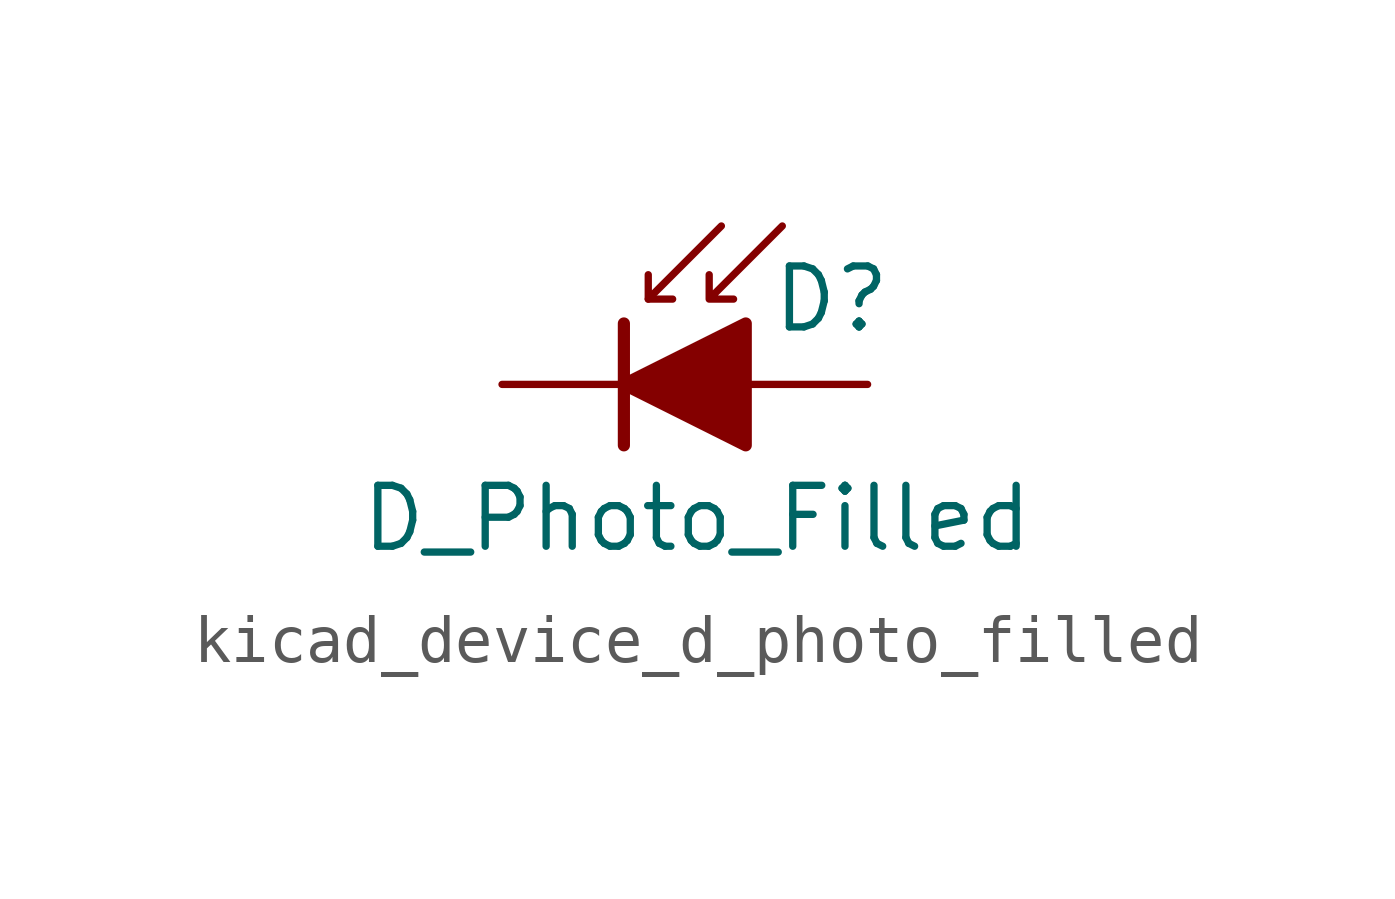
<source format=kicad_sym>
(kicad_symbol_lib
  (version 20220914)
  (generator kicad_symbol_editor)
  (symbol "kicad_device_d_photo_filled"
    (pin_numbers hide)
    (pin_names hide)
    (property "Reference" "D"
      (at 0.508 1.778 0)
      (effects (font (size 1.27 1.27)) (justify left)))
    (property "Value" "D_Photo_Filled"
      (at -1.016 -2.794 0)
      (effects (font (size 1.27 1.27))))
    (symbol "kicad_device_d_photo_filled_0_1"
      (polyline (pts (xy -2.54 1.27) (xy -2.54 -1.27)) (stroke (width 0.254) (type default)) (fill (type none)))
      (polyline (pts (xy -2.032 1.778) (xy -1.524 1.778)) (stroke (width 0) (type default)) (fill (type none)))
      (polyline (pts (xy 0 0) (xy -2.54 0)) (stroke (width 0) (type default)) (fill (type none)))
      (polyline (pts (xy -0.508 3.302) (xy -2.032 1.778) (xy -2.032 2.286)) (stroke (width 0) (type default)) (fill (type none)))
      (polyline (pts (xy 0 -1.27) (xy 0 1.27) (xy -2.54 0) (xy 0 -1.27)) (stroke (width 0.254) (type default)) (fill (type outline)))
      (polyline (pts (xy 0.762 3.302) (xy -0.762 1.778) (xy -0.762 2.286) (xy -0.762 1.778) (xy -0.254 1.778)) (stroke (width 0) (type default)) (fill (type none))))
    (symbol "kicad_device_d_photo_filled_1_1"
      (pin passive line (at -5.08 0 0) (length 2.54) (name "K" (effects (font (size 1.27 1.27)))) (number "1" (effects (font (size 1.27 1.27)))))
      (pin passive line (at 2.54 0 180) (length 2.54) (name "A" (effects (font (size 1.27 1.27)))) (number "2" (effects (font (size 1.27 1.27))))))))
</source>
